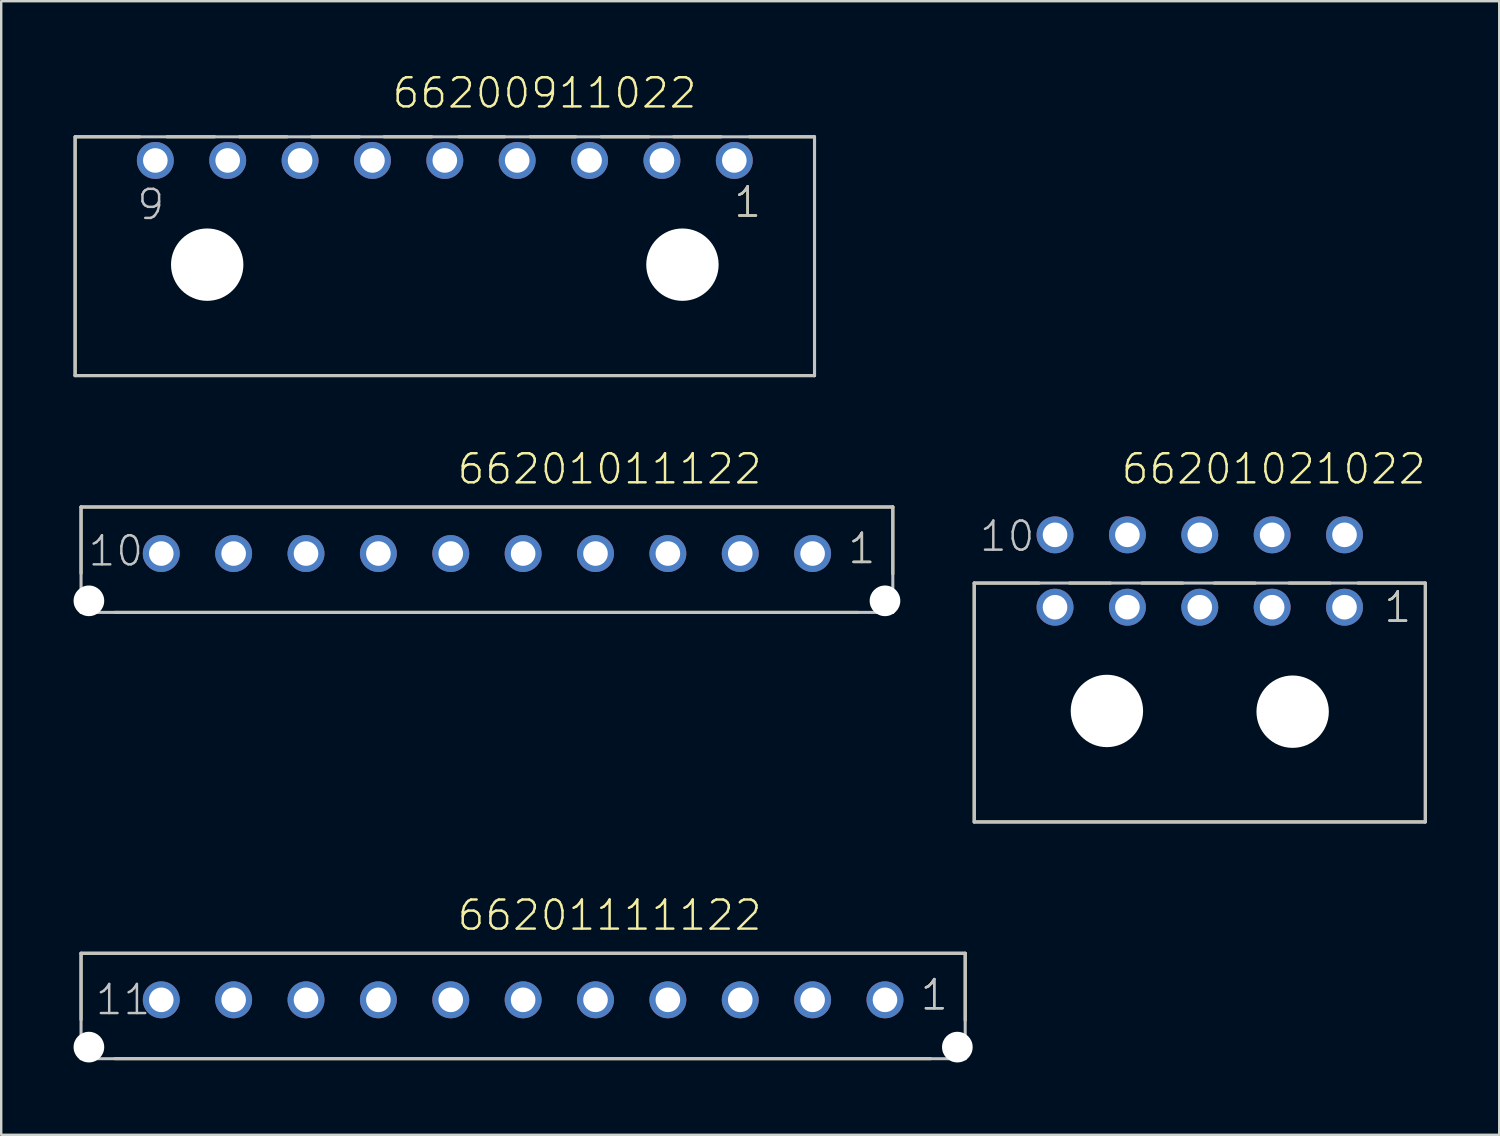
<source format=kicad_pcb>
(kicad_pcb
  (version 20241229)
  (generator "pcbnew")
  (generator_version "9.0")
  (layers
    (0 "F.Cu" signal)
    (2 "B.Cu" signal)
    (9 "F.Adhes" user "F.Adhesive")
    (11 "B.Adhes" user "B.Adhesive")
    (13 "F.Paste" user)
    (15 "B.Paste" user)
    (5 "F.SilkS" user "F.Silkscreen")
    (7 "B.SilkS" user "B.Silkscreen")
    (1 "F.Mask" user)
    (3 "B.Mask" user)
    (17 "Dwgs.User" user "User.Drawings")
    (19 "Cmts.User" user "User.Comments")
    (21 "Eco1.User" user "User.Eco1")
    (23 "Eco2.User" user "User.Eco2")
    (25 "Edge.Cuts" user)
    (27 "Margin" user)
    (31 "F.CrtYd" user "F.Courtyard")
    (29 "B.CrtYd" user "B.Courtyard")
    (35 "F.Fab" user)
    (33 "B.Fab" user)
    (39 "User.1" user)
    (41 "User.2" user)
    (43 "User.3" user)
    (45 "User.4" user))
  (footprint "66200911022"
    (layer "F.Cu")
    (at 15.389 7.921)
    (property "Reference" "66200911022" (at -2.25 -6.41 0) (layer "F.SilkS") (effects (font (size 1.206 1.206) (thickness 0.102)) (justify left bottom)))
    (attr through_hole)
    (fp_line (start -15.325 4.6) (end -15.325 -5.3) (stroke (width 0.127) (type solid)) (layer "F.SilkS"))
    (fp_line (start -15.3 -5.3) (end -12.65 -5.3) (stroke (width 0.127) (type solid)) (layer "F.SilkS"))
    (fp_line (start -11.52 -5.3) (end -9.54 -5.3) (stroke (width 0.127) (type solid)) (layer "F.SilkS"))
    (fp_line (start -8.52 -5.3) (end -6.54 -5.3) (stroke (width 0.127) (type solid)) (layer "F.SilkS"))
    (fp_line (start -5.52 -5.3) (end -3.54 -5.3) (stroke (width 0.127) (type solid)) (layer "F.SilkS"))
    (fp_line (start -2.52 -5.3) (end -0.54 -5.3) (stroke (width 0.127) (type solid)) (layer "F.SilkS"))
    (fp_line (start 0.58 -5.3) (end 2.48 -5.3) (stroke (width 0.127) (type solid)) (layer "F.SilkS"))
    (fp_line (start 3.53 -5.3) (end 5.43 -5.3) (stroke (width 0.127) (type solid)) (layer "F.SilkS"))
    (fp_line (start 6.48 -5.3) (end 8.46 -5.3) (stroke (width 0.127) (type solid)) (layer "F.SilkS"))
    (fp_line (start 9.48 -5.3) (end 11.46 -5.3) (stroke (width 0.127) (type solid)) (layer "F.SilkS"))
    (fp_line (start 12.63 -5.3) (end 15.3 -5.3) (stroke (width 0.127) (type solid)) (layer "F.SilkS"))
    (fp_line (start 15.325 -5.3) (end 15.325 4.6) (stroke (width 0.127) (type solid)) (layer "F.SilkS"))
    (fp_line (start 15.325 4.6) (end -15.325 4.6) (stroke (width 0.127) (type solid)) (layer "F.SilkS"))
    (fp_line (start -15.325 -5.3) (end 15.325 -5.3) (stroke (width 0.127) (type solid)) (layer "Dwgs.User"))
    (fp_line (start -15.325 4.6) (end -15.325 -5.3) (stroke (width 0.127) (type solid)) (layer "Dwgs.User"))
    (fp_line (start 15.325 -5.3) (end 15.325 4.6) (stroke (width 0.127) (type solid)) (layer "Dwgs.User"))
    (fp_line (start 15.325 4.6) (end -15.325 4.6) (stroke (width 0.127) (type solid)) (layer "Dwgs.User"))
    (fp_text user "1" (at 11.91 -1.885 0) (layer "F.SilkS") (effects (font (size 1.206 1.206) (thickness 0.102)) (justify left bottom)))
    (fp_text user "1" (at 11.91 -1.885 0) (layer "Dwgs.User") (effects (font (size 1.206 1.206) (thickness 0.102)) (justify left bottom)))
    (fp_text user "9" (at -12.83 -1.785 0) (layer "Dwgs.User") (effects (font (size 1.206 1.206) (thickness 0.102)) (justify left bottom)))
    (pad "" np_thru_hole circle (at -9.85 0) (size 3 3) (drill 3) (layers "*.Cu"))
    (pad "" np_thru_hole circle (at 9.85 0) (size 3 3) (drill 3) (layers "*.Cu"))
    (pad "1" thru_hole circle (at 12 -4.32) (size 1.53 1.53) (drill 1.02) (layers "*.Cu" "*.Mask"))
    (pad "2" thru_hole circle (at 9 -4.32) (size 1.53 1.53) (drill 1.02) (layers "*.Cu" "*.Mask"))
    (pad "3" thru_hole circle (at 6 -4.32) (size 1.53 1.53) (drill 1.02) (layers "*.Cu" "*.Mask"))
    (pad "4" thru_hole circle (at 3 -4.32) (size 1.53 1.53) (drill 1.02) (layers "*.Cu" "*.Mask"))
    (pad "5" thru_hole circle (at 0 -4.32) (size 1.53 1.53) (drill 1.02) (layers "*.Cu" "*.Mask"))
    (pad "6" thru_hole circle (at -3 -4.32) (size 1.53 1.53) (drill 1.02) (layers "*.Cu" "*.Mask"))
    (pad "7" thru_hole circle (at -6 -4.32) (size 1.53 1.53) (drill 1.02) (layers "*.Cu" "*.Mask"))
    (pad "8" thru_hole circle (at -9 -4.32) (size 1.53 1.53) (drill 1.02) (layers "*.Cu" "*.Mask"))
    (pad "9" thru_hole circle (at -12 -4.32) (size 1.53 1.53) (drill 1.02) (layers "*.Cu" "*.Mask")))
  (footprint "66201111122"
    (layer "F.Cu")
    (at 18.635 38.396)
    (property "Reference" "66201111122" (at -2.8 -2.8 0) (layer "F.SilkS") (effects (font (size 1.206 1.206) (thickness 0.102)) (justify left bottom)))
    (attr through_hole)
    (fp_line (start -18.325 -1.93) (end 18.325 -1.93) (stroke (width 0.127) (type solid)) (layer "F.SilkS"))
    (fp_line (start -18.325 0.825) (end -18.325 -1.93) (stroke (width 0.127) (type solid)) (layer "F.SilkS"))
    (fp_line (start -16.92 2.44) (end 16.89 2.44) (stroke (width 0.127) (type solid)) (layer "F.SilkS"))
    (fp_line (start 18.325 -1.93) (end 18.325 0.845) (stroke (width 0.127) (type solid)) (layer "F.SilkS"))
    (fp_line (start -18.325 -1.93) (end 18.325 -1.93) (stroke (width 0.127) (type solid)) (layer "Dwgs.User"))
    (fp_line (start -18.325 2.44) (end -18.325 -1.93) (stroke (width 0.127) (type solid)) (layer "Dwgs.User"))
    (fp_line (start 18.325 -1.93) (end 18.325 2.44) (stroke (width 0.127) (type solid)) (layer "Dwgs.User"))
    (fp_line (start 18.325 2.44) (end -18.325 2.44) (stroke (width 0.127) (type solid)) (layer "Dwgs.User"))
    (fp_text user "1" (at 16.4 0.5 0) (layer "F.SilkS") (effects (font (size 1.206 1.206) (thickness 0.102)) (justify left bottom)))
    (fp_text user "1" (at 16.4 0.5 0) (layer "Dwgs.User") (effects (font (size 1.206 1.206) (thickness 0.102)) (justify left bottom)))
    (fp_text user "11" (at -17.8 0.7 0) (layer "Dwgs.User") (effects (font (size 1.206 1.206) (thickness 0.102)) (justify left bottom)))
    (pad "" np_thru_hole circle (at -18 1.96) (size 1.27 1.27) (drill 1.27) (layers "*.Cu"))
    (pad "" np_thru_hole circle (at 18 1.96) (size 1.27 1.27) (drill 1.27) (layers "*.Cu"))
    (pad "1" thru_hole circle (at 15 0) (size 1.53 1.53) (drill 1.02) (layers "*.Cu" "*.Mask"))
    (pad "2" thru_hole circle (at 12 0) (size 1.53 1.53) (drill 1.02) (layers "*.Cu" "*.Mask"))
    (pad "3" thru_hole circle (at 9 0) (size 1.53 1.53) (drill 1.02) (layers "*.Cu" "*.Mask"))
    (pad "4" thru_hole circle (at 6 0) (size 1.53 1.53) (drill 1.02) (layers "*.Cu" "*.Mask"))
    (pad "5" thru_hole circle (at 3 0) (size 1.53 1.53) (drill 1.02) (layers "*.Cu" "*.Mask"))
    (pad "6" thru_hole circle (at 0 0) (size 1.53 1.53) (drill 1.02) (layers "*.Cu" "*.Mask"))
    (pad "7" thru_hole circle (at -3 0) (size 1.53 1.53) (drill 1.02) (layers "*.Cu" "*.Mask"))
    (pad "8" thru_hole circle (at -6 0) (size 1.53 1.53) (drill 1.02) (layers "*.Cu" "*.Mask"))
    (pad "9" thru_hole circle (at -9 0) (size 1.53 1.53) (drill 1.02) (layers "*.Cu" "*.Mask"))
    (pad "10" thru_hole circle (at -12 0) (size 1.53 1.53) (drill 1.02) (layers "*.Cu" "*.Mask"))
    (pad "11" thru_hole circle (at -15 0) (size 1.53 1.53) (drill 1.02) (layers "*.Cu" "*.Mask")))
  (footprint "66201021022"
    (layer "F.Cu")
    (at 46.684 26.421)
    (property "Reference" "66201021022" (at -3.32 -9.325 0) (layer "F.SilkS") (effects (font (size 1.206 1.206) (thickness 0.102)) (justify left bottom)))
    (attr through_hole)
    (fp_line (start -9.35 4.6) (end -9.35 -5.3) (stroke (width 0.127) (type solid)) (layer "F.SilkS"))
    (fp_line (start -6.66 -5.3) (end -9.35 -5.3) (stroke (width 0.127) (type solid)) (layer "F.SilkS"))
    (fp_line (start -5.4 -5.3) (end -3.7 -5.3) (stroke (width 0.127) (type solid)) (layer "F.SilkS"))
    (fp_line (start -2.4 -5.3) (end -0.7 -5.3) (stroke (width 0.127) (type solid)) (layer "F.SilkS"))
    (fp_line (start 0.6 -5.3) (end 2.3 -5.3) (stroke (width 0.127) (type solid)) (layer "F.SilkS"))
    (fp_line (start 3.7 -5.3) (end 5.4 -5.3) (stroke (width 0.127) (type solid)) (layer "F.SilkS"))
    (fp_line (start 6.56 -5.3) (end 9.35 -5.3) (stroke (width 0.127) (type solid)) (layer "F.SilkS"))
    (fp_line (start 9.35 -5.3) (end 9.35 4.6) (stroke (width 0.127) (type solid)) (layer "F.SilkS"))
    (fp_line (start 9.35 4.6) (end -9.35 4.6) (stroke (width 0.127) (type solid)) (layer "F.SilkS"))
    (fp_line (start -9.35 -5.3) (end 9.35 -5.3) (stroke (width 0.127) (type solid)) (layer "Dwgs.User"))
    (fp_line (start -9.35 4.6) (end -9.35 -5.3) (stroke (width 0.127) (type solid)) (layer "Dwgs.User"))
    (fp_line (start 9.35 -5.3) (end 9.35 4.6) (stroke (width 0.127) (type solid)) (layer "Dwgs.User"))
    (fp_line (start 9.35 4.6) (end -9.35 4.6) (stroke (width 0.127) (type solid)) (layer "Dwgs.User"))
    (fp_text user "1" (at 7.565 -3.595 0) (layer "F.SilkS") (effects (font (size 1.206 1.206) (thickness 0.102)) (justify left bottom)))
    (fp_text user "10" (at -9.2 -6.535 0) (layer "Dwgs.User") (effects (font (size 1.206 1.206) (thickness 0.102)) (justify left bottom)))
    (fp_text user "1" (at 7.565 -3.595 0) (layer "Dwgs.User") (effects (font (size 1.206 1.206) (thickness 0.102)) (justify left bottom)))
    (pad "" np_thru_hole circle (at -3.85 0) (size 3 3) (drill 3) (layers "*.Cu"))
    (pad "" np_thru_hole circle (at 3.85 0.03) (size 3 3) (drill 3) (layers "*.Cu"))
    (pad "1" thru_hole circle (at 6 -4.3) (size 1.53 1.53) (drill 1.02) (layers "*.Cu" "*.Mask"))
    (pad "2" thru_hole circle (at 3 -4.3) (size 1.53 1.53) (drill 1.02) (layers "*.Cu" "*.Mask"))
    (pad "3" thru_hole circle (at 0 -4.3) (size 1.53 1.53) (drill 1.02) (layers "*.Cu" "*.Mask"))
    (pad "4" thru_hole circle (at -3 -4.3) (size 1.53 1.53) (drill 1.02) (layers "*.Cu" "*.Mask"))
    (pad "5" thru_hole circle (at -6 -4.3) (size 1.53 1.53) (drill 1.02) (layers "*.Cu" "*.Mask"))
    (pad "6" thru_hole circle (at 6 -7.3) (size 1.53 1.53) (drill 1.02) (layers "*.Cu" "*.Mask"))
    (pad "7" thru_hole circle (at 3 -7.3) (size 1.53 1.53) (drill 1.02) (layers "*.Cu" "*.Mask"))
    (pad "8" thru_hole circle (at 0 -7.3) (size 1.53 1.53) (drill 1.02) (layers "*.Cu" "*.Mask"))
    (pad "9" thru_hole circle (at -3 -7.3) (size 1.53 1.53) (drill 1.02) (layers "*.Cu" "*.Mask"))
    (pad "10" thru_hole circle (at -6 -7.3) (size 1.53 1.53) (drill 1.02) (layers "*.Cu" "*.Mask")))
  (footprint "66201011122"
    (layer "F.Cu")
    (at 17.135 19.896)
    (property "Reference" "66201011122" (at -1.3 -2.8 0) (layer "F.SilkS") (effects (font (size 1.206 1.206) (thickness 0.102)) (justify left bottom)))
    (attr through_hole)
    (fp_line (start -16.825 -1.93) (end 16.825 -1.93) (stroke (width 0.127) (type solid)) (layer "F.SilkS"))
    (fp_line (start -16.825 0.825) (end -16.825 -1.93) (stroke (width 0.127) (type solid)) (layer "F.SilkS"))
    (fp_line (start -15.42 2.44) (end 15.39 2.44) (stroke (width 0.127) (type solid)) (layer "F.SilkS"))
    (fp_line (start 16.825 -1.93) (end 16.825 0.845) (stroke (width 0.127) (type solid)) (layer "F.SilkS"))
    (fp_line (start -16.825 -1.93) (end 16.825 -1.93) (stroke (width 0.127) (type solid)) (layer "Dwgs.User"))
    (fp_line (start -16.825 2.44) (end -16.825 -1.93) (stroke (width 0.127) (type solid)) (layer "Dwgs.User"))
    (fp_line (start 16.825 -1.93) (end 16.825 2.44) (stroke (width 0.127) (type solid)) (layer "Dwgs.User"))
    (fp_line (start 16.825 2.44) (end -16.825 2.44) (stroke (width 0.127) (type solid)) (layer "Dwgs.User"))
    (fp_text user "1" (at 14.9 0.5 0) (layer "F.SilkS") (effects (font (size 1.206 1.206) (thickness 0.102)) (justify left bottom)))
    (fp_text user "1" (at 14.9 0.5 0) (layer "Dwgs.User") (effects (font (size 1.206 1.206) (thickness 0.102)) (justify left bottom)))
    (fp_text user "10" (at -16.6 0.6 0) (layer "Dwgs.User") (effects (font (size 1.206 1.206) (thickness 0.102)) (justify left bottom)))
    (pad "" np_thru_hole circle (at -16.5 1.96) (size 1.27 1.27) (drill 1.27) (layers "*.Cu"))
    (pad "" np_thru_hole circle (at 16.5 1.96) (size 1.27 1.27) (drill 1.27) (layers "*.Cu"))
    (pad "1" thru_hole circle (at 13.5 0) (size 1.53 1.53) (drill 1.02) (layers "*.Cu" "*.Mask"))
    (pad "2" thru_hole circle (at 10.5 0) (size 1.53 1.53) (drill 1.02) (layers "*.Cu" "*.Mask"))
    (pad "3" thru_hole circle (at 7.5 0) (size 1.53 1.53) (drill 1.02) (layers "*.Cu" "*.Mask"))
    (pad "4" thru_hole circle (at 4.5 0) (size 1.53 1.53) (drill 1.02) (layers "*.Cu" "*.Mask"))
    (pad "5" thru_hole circle (at 1.5 0) (size 1.53 1.53) (drill 1.02) (layers "*.Cu" "*.Mask"))
    (pad "6" thru_hole circle (at -1.5 0) (size 1.53 1.53) (drill 1.02) (layers "*.Cu" "*.Mask"))
    (pad "7" thru_hole circle (at -4.5 0) (size 1.53 1.53) (drill 1.02) (layers "*.Cu" "*.Mask"))
    (pad "8" thru_hole circle (at -7.5 0) (size 1.53 1.53) (drill 1.02) (layers "*.Cu" "*.Mask"))
    (pad "9" thru_hole circle (at -10.5 0) (size 1.53 1.53) (drill 1.02) (layers "*.Cu" "*.Mask"))
    (pad "10" thru_hole circle (at -13.5 0) (size 1.53 1.53) (drill 1.02) (layers "*.Cu" "*.Mask")))
  (gr_rect
    (start -3 -3)
    (end 59.097 43.991)
    (stroke (width 0.1) (type default))
    (fill no)
    (layer "Edge.Cuts")))
</source>
